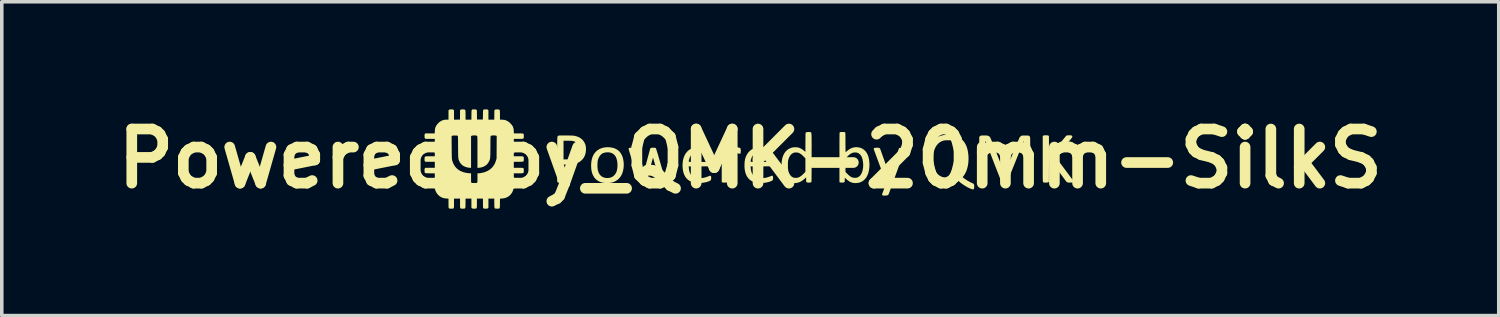
<source format=kicad_pcb>
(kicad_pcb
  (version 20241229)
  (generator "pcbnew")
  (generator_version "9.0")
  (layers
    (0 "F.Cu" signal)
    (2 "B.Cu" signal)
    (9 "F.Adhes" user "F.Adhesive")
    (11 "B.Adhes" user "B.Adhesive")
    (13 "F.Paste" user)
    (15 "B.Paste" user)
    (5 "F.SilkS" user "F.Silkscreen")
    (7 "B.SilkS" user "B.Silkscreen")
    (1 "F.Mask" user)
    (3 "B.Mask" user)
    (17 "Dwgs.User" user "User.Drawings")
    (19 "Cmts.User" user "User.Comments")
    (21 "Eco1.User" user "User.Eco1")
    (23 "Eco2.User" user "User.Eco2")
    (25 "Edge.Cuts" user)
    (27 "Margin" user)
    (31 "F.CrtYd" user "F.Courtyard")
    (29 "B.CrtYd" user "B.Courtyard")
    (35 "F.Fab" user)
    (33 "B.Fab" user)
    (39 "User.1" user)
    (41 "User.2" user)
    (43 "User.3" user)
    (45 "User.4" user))
  (footprint "Powered_by_QMK-20mm-SilkS"
    (layer "F.Cu")
    (at 18.078 1.418)
    (property "Reference" "Powered_by_QMK-20mm-SilkS" (at 0 0 0) (layer "F.SilkS") (effects (font (size 1.524 1.524) (thickness 0.3))))
    (attr board_only exclude_from_pos_files exclude_from_bom)
    (fp_poly (pts (xy -0.371 -0.321) (xy -0.322 -0.312) (xy -0.318 -0.311) (xy -0.299 -0.305) (xy -0.285 -0.297) (xy -0.276 -0.286) (xy -0.271 -0.271) (xy -0.269 -0.248) (xy -0.268 -0.221) (xy -0.269 -0.188) (xy -0.272 -0.163) (xy -0.277 -0.147) (xy -0.284 -0.139) (xy -0.287 -0.137) (xy -0.295 -0.137) (xy -0.309 -0.14) (xy -0.329 -0.145) (xy -0.336 -0.147) (xy -0.381 -0.158) (xy -0.421 -0.16) (xy -0.455 -0.154) (xy -0.473 -0.147) (xy -0.493 -0.133) (xy -0.518 -0.113) (xy -0.543 -0.087) (xy -0.569 -0.057) (xy -0.594 -0.025) (xy -0.605 -0.009) (xy -0.634 0.036) (xy -0.634 0.34) (xy -0.634 0.411) (xy -0.635 0.473) (xy -0.635 0.527) (xy -0.636 0.571) (xy -0.636 0.607) (xy -0.637 0.633) (xy -0.638 0.649) (xy -0.639 0.655) (xy -0.648 0.663) (xy -0.661 0.669) (xy -0.664 0.67) (xy -0.679 0.673) (xy -0.701 0.674) (xy -0.725 0.675) (xy -0.748 0.674) (xy -0.766 0.673) (xy -0.771 0.672) (xy -0.784 0.668) (xy -0.793 0.664) (xy -0.804 0.658) (xy -0.804 -0.294) (xy -0.793 -0.3) (xy -0.779 -0.304) (xy -0.757 -0.307) (xy -0.733 -0.309) (xy -0.708 -0.308) (xy -0.687 -0.306) (xy -0.674 -0.303) (xy -0.655 -0.295) (xy -0.652 -0.148) (xy -0.615 -0.195) (xy -0.576 -0.24) (xy -0.537 -0.274) (xy -0.498 -0.299) (xy -0.458 -0.315) (xy -0.416 -0.322)) (stroke (width 0) (type solid)) (fill yes) (layer "F.SilkS"))
    (fp_poly (pts (xy -3.958 -0.32) (xy -3.889 -0.31) (xy -3.827 -0.293) (xy -3.773 -0.268) (xy -3.725 -0.237) (xy -3.682 -0.198) (xy -3.669 -0.182) (xy -3.636 -0.135) (xy -3.609 -0.08) (xy -3.588 -0.02) (xy -3.574 0.044) (xy -3.565 0.111) (xy -3.563 0.18) (xy -3.567 0.248) (xy -3.577 0.315) (xy -3.593 0.379) (xy -3.616 0.439) (xy -3.645 0.494) (xy -3.658 0.512) (xy -3.698 0.56) (xy -3.745 0.601) (xy -3.799 0.635) (xy -3.856 0.661) (xy -3.916 0.677) (xy -3.959 0.683) (xy -3.99 0.686) (xy -4.014 0.687) (xy -4.033 0.688) (xy -4.051 0.688) (xy -4.069 0.687) (xy -4.089 0.686) (xy -4.141 0.679) (xy -4.188 0.669) (xy -4.232 0.653) (xy -4.257 0.642) (xy -4.31 0.611) (xy -4.356 0.573) (xy -4.395 0.527) (xy -4.426 0.474) (xy -4.451 0.414) (xy -4.469 0.347) (xy -4.479 0.272) (xy -4.482 0.193) (xy -4.482 0.185) (xy -4.304 0.185) (xy -4.303 0.227) (xy -4.301 0.265) (xy -4.297 0.299) (xy -4.293 0.322) (xy -4.276 0.378) (xy -4.253 0.426) (xy -4.223 0.467) (xy -4.187 0.499) (xy -4.145 0.522) (xy -4.097 0.538) (xy -4.079 0.541) (xy -4.042 0.545) (xy -4.008 0.545) (xy -3.971 0.54) (xy -3.964 0.539) (xy -3.916 0.526) (xy -3.872 0.503) (xy -3.834 0.472) (xy -3.802 0.434) (xy -3.776 0.389) (xy -3.757 0.337) (xy -3.756 0.333) (xy -3.746 0.277) (xy -3.74 0.218) (xy -3.74 0.157) (xy -3.745 0.097) (xy -3.755 0.04) (xy -3.77 -0.011) (xy -3.785 -0.048) (xy -3.812 -0.089) (xy -3.845 -0.123) (xy -3.885 -0.15) (xy -3.93 -0.168) (xy -3.948 -0.173) (xy -3.994 -0.179) (xy -4.041 -0.179) (xy -4.087 -0.173) (xy -4.13 -0.162) (xy -4.166 -0.146) (xy -4.166 -0.146) (xy -4.201 -0.12) (xy -4.232 -0.085) (xy -4.259 -0.043) (xy -4.281 0.005) (xy -4.293 0.046) (xy -4.298 0.072) (xy -4.301 0.106) (xy -4.303 0.144) (xy -4.304 0.185) (xy -4.482 0.185) (xy -4.478 0.112) (xy -4.467 0.036) (xy -4.448 -0.033) (xy -4.422 -0.095) (xy -4.388 -0.15) (xy -4.347 -0.198) (xy -4.299 -0.239) (xy -4.244 -0.272) (xy -4.231 -0.279) (xy -4.169 -0.302) (xy -4.102 -0.317) (xy -4.031 -0.323)) (stroke (width 0) (type solid)) (fill yes) (layer "F.SilkS"))
    (fp_poly (pts (xy 8.359 -0.657) (xy 8.38 -0.654) (xy 8.395 -0.649) (xy 8.396 -0.648) (xy 8.41 -0.639) (xy 8.411 -0.341) (xy 8.413 -0.044) (xy 8.65 -0.342) (xy 8.692 -0.395) (xy 8.732 -0.444) (xy 8.768 -0.49) (xy 8.802 -0.531) (xy 8.831 -0.566) (xy 8.856 -0.596) (xy 8.876 -0.62) (xy 8.891 -0.637) (xy 8.9 -0.647) (xy 8.902 -0.649) (xy 8.916 -0.653) (xy 8.937 -0.656) (xy 8.963 -0.658) (xy 8.99 -0.658) (xy 9.016 -0.657) (xy 9.038 -0.654) (xy 9.053 -0.65) (xy 9.056 -0.648) (xy 9.067 -0.636) (xy 9.069 -0.62) (xy 9.063 -0.6) (xy 9.055 -0.588) (xy 9.049 -0.58) (xy 9.038 -0.565) (xy 9.02 -0.543) (xy 8.998 -0.516) (xy 8.972 -0.484) (xy 8.942 -0.447) (xy 8.909 -0.407) (xy 8.873 -0.365) (xy 8.836 -0.32) (xy 8.821 -0.302) (xy 8.775 -0.247) (xy 8.733 -0.197) (xy 8.698 -0.154) (xy 8.667 -0.116) (xy 8.643 -0.086) (xy 8.624 -0.062) (xy 8.612 -0.045) (xy 8.606 -0.036) (xy 8.605 -0.034) (xy 8.615 -0.021) (xy 8.63 -0.002) (xy 8.649 0.024) (xy 8.672 0.054) (xy 8.699 0.09) (xy 8.728 0.128) (xy 8.759 0.17) (xy 8.792 0.213) (xy 8.825 0.258) (xy 8.859 0.303) (xy 8.892 0.348) (xy 8.925 0.392) (xy 8.956 0.433) (xy 8.985 0.472) (xy 9.011 0.507) (xy 9.034 0.538) (xy 9.053 0.563) (xy 9.067 0.583) (xy 9.076 0.596) (xy 9.08 0.601) (xy 9.092 0.623) (xy 9.096 0.641) (xy 9.092 0.655) (xy 9.079 0.664) (xy 9.056 0.671) (xy 9.025 0.674) (xy 9.022 0.674) (xy 8.988 0.675) (xy 8.957 0.672) (xy 8.932 0.667) (xy 8.914 0.66) (xy 8.91 0.657) (xy 8.905 0.652) (xy 8.895 0.639) (xy 8.88 0.619) (xy 8.86 0.592) (xy 8.836 0.56) (xy 8.809 0.523) (xy 8.778 0.481) (xy 8.744 0.436) (xy 8.708 0.387) (xy 8.67 0.336) (xy 8.657 0.317) (xy 8.413 -0.015) (xy 8.411 0.32) (xy 8.41 0.655) (xy 8.397 0.663) (xy 8.385 0.667) (xy 8.366 0.671) (xy 8.342 0.673) (xy 8.317 0.674) (xy 8.293 0.674) (xy 8.274 0.672) (xy 8.267 0.671) (xy 8.262 0.67) (xy 8.258 0.669) (xy 8.254 0.669) (xy 8.251 0.667) (xy 8.248 0.665) (xy 8.245 0.66) (xy 8.243 0.654) (xy 8.241 0.644) (xy 8.24 0.631) (xy 8.238 0.615) (xy 8.237 0.594) (xy 8.236 0.568) (xy 8.236 0.536) (xy 8.235 0.499) (xy 8.235 0.455) (xy 8.235 0.404) (xy 8.235 0.345) (xy 8.235 0.279) (xy 8.235 0.203) (xy 8.235 0.119) (xy 8.235 0.025) (xy 8.235 0.007) (xy 8.235 -0.639) (xy 8.249 -0.648) (xy 8.262 -0.653) (xy 8.282 -0.656) (xy 8.307 -0.658) (xy 8.334 -0.658)) (stroke (width 0) (type solid)) (fill yes) (layer "F.SilkS"))
    (fp_poly (pts (xy -1.4 -0.318) (xy -1.343 -0.309) (xy -1.292 -0.292) (xy -1.245 -0.268) (xy -1.202 -0.237) (xy -1.178 -0.214) (xy -1.143 -0.174) (xy -1.114 -0.13) (xy -1.093 -0.081) (xy -1.077 -0.027) (xy -1.067 0.034) (xy -1.064 0.089) (xy -1.063 0.124) (xy -1.063 0.15) (xy -1.065 0.17) (xy -1.069 0.184) (xy -1.076 0.195) (xy -1.085 0.203) (xy -1.09 0.206) (xy -1.094 0.208) (xy -1.099 0.21) (xy -1.104 0.212) (xy -1.112 0.213) (xy -1.123 0.214) (xy -1.137 0.215) (xy -1.156 0.215) (xy -1.181 0.216) (xy -1.212 0.216) (xy -1.249 0.216) (xy -1.295 0.217) (xy -1.349 0.217) (xy -1.412 0.217) (xy -1.734 0.217) (xy -1.731 0.26) (xy -1.724 0.319) (xy -1.712 0.369) (xy -1.695 0.412) (xy -1.673 0.449) (xy -1.65 0.475) (xy -1.62 0.501) (xy -1.586 0.521) (xy -1.547 0.535) (xy -1.503 0.544) (xy -1.451 0.548) (xy -1.428 0.548) (xy -1.392 0.548) (xy -1.358 0.545) (xy -1.326 0.541) (xy -1.294 0.534) (xy -1.259 0.525) (xy -1.219 0.512) (xy -1.172 0.495) (xy -1.156 0.489) (xy -1.124 0.477) (xy -1.113 0.489) (xy -1.107 0.496) (xy -1.103 0.505) (xy -1.101 0.519) (xy -1.101 0.54) (xy -1.102 0.569) (xy -1.106 0.59) (xy -1.113 0.605) (xy -1.127 0.617) (xy -1.146 0.628) (xy -1.148 0.63) (xy -1.193 0.647) (xy -1.245 0.662) (xy -1.303 0.674) (xy -1.364 0.682) (xy -1.425 0.686) (xy -1.485 0.686) (xy -1.508 0.685) (xy -1.578 0.676) (xy -1.642 0.658) (xy -1.699 0.632) (xy -1.749 0.599) (xy -1.793 0.558) (xy -1.83 0.51) (xy -1.859 0.454) (xy -1.882 0.391) (xy -1.898 0.321) (xy -1.906 0.244) (xy -1.908 0.191) (xy -1.904 0.11) (xy -1.899 0.075) (xy -1.733 0.075) (xy -1.73 0.081) (xy -1.725 0.085) (xy -1.715 0.089) (xy -1.699 0.091) (xy -1.679 0.092) (xy -1.651 0.093) (xy -1.616 0.093) (xy -1.573 0.093) (xy -1.521 0.093) (xy -1.482 0.093) (xy -1.232 0.093) (xy -1.232 0.067) (xy -1.236 0.021) (xy -1.247 -0.024) (xy -1.263 -0.067) (xy -1.284 -0.104) (xy -1.302 -0.125) (xy -1.333 -0.151) (xy -1.371 -0.171) (xy -1.414 -0.183) (xy -1.459 -0.189) (xy -1.504 -0.188) (xy -1.549 -0.179) (xy -1.586 -0.165) (xy -1.624 -0.141) (xy -1.657 -0.109) (xy -1.686 -0.069) (xy -1.708 -0.025) (xy -1.723 0.025) (xy -1.725 0.032) (xy -1.728 0.046) (xy -1.731 0.058) (xy -1.733 0.067) (xy -1.733 0.075) (xy -1.899 0.075) (xy -1.893 0.035) (xy -1.874 -0.034) (xy -1.848 -0.096) (xy -1.815 -0.152) (xy -1.776 -0.2) (xy -1.73 -0.241) (xy -1.677 -0.274) (xy -1.619 -0.299) (xy -1.58 -0.31) (xy -1.556 -0.315) (xy -1.531 -0.319) (xy -1.504 -0.321) (xy -1.47 -0.321) (xy -1.464 -0.321)) (stroke (width 0) (type solid)) (fill yes) (layer "F.SilkS"))
    (fp_poly (pts (xy 0.343 -0.318) (xy 0.4 -0.309) (xy 0.451 -0.292) (xy 0.498 -0.268) (xy 0.54 -0.237) (xy 0.565 -0.214) (xy 0.601 -0.173) (xy 0.63 -0.128) (xy 0.651 -0.078) (xy 0.667 -0.022) (xy 0.676 0.041) (xy 0.679 0.085) (xy 0.68 0.122) (xy 0.68 0.15) (xy 0.677 0.17) (xy 0.672 0.185) (xy 0.665 0.196) (xy 0.655 0.205) (xy 0.653 0.206) (xy 0.649 0.208) (xy 0.645 0.21) (xy 0.639 0.212) (xy 0.631 0.213) (xy 0.621 0.214) (xy 0.607 0.215) (xy 0.588 0.215) (xy 0.564 0.216) (xy 0.534 0.216) (xy 0.497 0.216) (xy 0.452 0.216) (xy 0.398 0.217) (xy 0.336 0.217) (xy 0.009 0.217) (xy 0.012 0.26) (xy 0.019 0.319) (xy 0.031 0.369) (xy 0.048 0.412) (xy 0.07 0.449) (xy 0.092 0.475) (xy 0.123 0.501) (xy 0.157 0.521) (xy 0.196 0.535) (xy 0.24 0.544) (xy 0.292 0.548) (xy 0.315 0.548) (xy 0.351 0.548) (xy 0.384 0.545) (xy 0.416 0.541) (xy 0.449 0.534) (xy 0.484 0.525) (xy 0.524 0.512) (xy 0.571 0.495) (xy 0.586 0.489) (xy 0.619 0.477) (xy 0.63 0.488) (xy 0.636 0.496) (xy 0.639 0.505) (xy 0.641 0.52) (xy 0.642 0.54) (xy 0.641 0.569) (xy 0.637 0.59) (xy 0.63 0.605) (xy 0.617 0.617) (xy 0.597 0.628) (xy 0.595 0.63) (xy 0.55 0.647) (xy 0.497 0.662) (xy 0.44 0.674) (xy 0.379 0.682) (xy 0.317 0.686) (xy 0.258 0.686) (xy 0.235 0.685) (xy 0.164 0.676) (xy 0.101 0.658) (xy 0.044 0.633) (xy -0.006 0.6) (xy -0.05 0.559) (xy -0.087 0.511) (xy -0.116 0.456) (xy -0.139 0.393) (xy -0.154 0.323) (xy -0.163 0.247) (xy -0.163 0.163) (xy -0.163 0.16) (xy -0.16 0.106) (xy -0.157 0.075) (xy 0.01 0.075) (xy 0.012 0.081) (xy 0.018 0.085) (xy 0.028 0.089) (xy 0.043 0.091) (xy 0.064 0.092) (xy 0.092 0.093) (xy 0.126 0.093) (xy 0.169 0.093) (xy 0.221 0.093) (xy 0.26 0.093) (xy 0.51 0.093) (xy 0.51 0.067) (xy 0.507 0.021) (xy 0.496 -0.024) (xy 0.48 -0.067) (xy 0.458 -0.104) (xy 0.44 -0.126) (xy 0.407 -0.152) (xy 0.368 -0.172) (xy 0.325 -0.184) (xy 0.279 -0.189) (xy 0.233 -0.187) (xy 0.188 -0.177) (xy 0.156 -0.164) (xy 0.118 -0.141) (xy 0.085 -0.109) (xy 0.057 -0.069) (xy 0.035 -0.024) (xy 0.02 0.025) (xy 0.018 0.032) (xy 0.015 0.046) (xy 0.012 0.058) (xy 0.01 0.067) (xy 0.01 0.075) (xy -0.157 0.075) (xy -0.155 0.06) (xy -0.147 0.018) (xy -0.136 -0.021) (xy -0.127 -0.049) (xy -0.098 -0.111) (xy -0.063 -0.165) (xy -0.02 -0.212) (xy 0.028 -0.251) (xy 0.083 -0.282) (xy 0.144 -0.305) (xy 0.162 -0.31) (xy 0.187 -0.315) (xy 0.212 -0.319) (xy 0.239 -0.321) (xy 0.273 -0.321) (xy 0.278 -0.321)) (stroke (width 0) (type solid)) (fill yes) (layer "F.SilkS"))
    (fp_poly (pts (xy -5.281 -0.654) (xy -5.242 -0.654) (xy -5.194 -0.654) (xy -5.179 -0.653) (xy -5.127 -0.653) (xy -5.085 -0.652) (xy -5.051 -0.651) (xy -5.023 -0.65) (xy -5.001 -0.649) (xy -4.982 -0.648) (xy -4.966 -0.646) (xy -4.952 -0.644) (xy -4.938 -0.641) (xy -4.933 -0.64) (xy -4.873 -0.623) (xy -4.82 -0.601) (xy -4.774 -0.573) (xy -4.733 -0.538) (xy -4.721 -0.526) (xy -4.691 -0.488) (xy -4.665 -0.444) (xy -4.645 -0.398) (xy -4.638 -0.374) (xy -4.629 -0.323) (xy -4.626 -0.268) (xy -4.629 -0.211) (xy -4.638 -0.155) (xy -4.651 -0.11) (xy -4.669 -0.065) (xy -4.691 -0.025) (xy -4.72 0.012) (xy -4.733 0.027) (xy -4.774 0.066) (xy -4.819 0.097) (xy -4.869 0.123) (xy -4.926 0.143) (xy -4.945 0.148) (xy -4.961 0.152) (xy -4.976 0.156) (xy -4.991 0.158) (xy -5.009 0.16) (xy -5.03 0.161) (xy -5.057 0.162) (xy -5.092 0.163) (xy -5.127 0.164) (xy -5.259 0.166) (xy -5.259 0.405) (xy -5.259 0.463) (xy -5.259 0.511) (xy -5.26 0.551) (xy -5.26 0.584) (xy -5.261 0.609) (xy -5.263 0.629) (xy -5.265 0.643) (xy -5.268 0.653) (xy -5.272 0.66) (xy -5.277 0.664) (xy -5.284 0.667) (xy -5.291 0.669) (xy -5.298 0.67) (xy -5.32 0.673) (xy -5.346 0.675) (xy -5.374 0.674) (xy -5.399 0.672) (xy -5.41 0.669) (xy -5.424 0.664) (xy -5.434 0.656) (xy -5.435 0.655) (xy -5.436 0.648) (xy -5.437 0.631) (xy -5.437 0.604) (xy -5.438 0.567) (xy -5.438 0.52) (xy -5.439 0.463) (xy -5.439 0.397) (xy -5.439 0.321) (xy -5.439 0.236) (xy -5.439 0.142) (xy -5.439 0.039) (xy -5.439 0.021) (xy -5.259 0.021) (xy -5.16 0.02) (xy -5.118 0.02) (xy -5.081 0.019) (xy -5.049 0.016) (xy -5.025 0.014) (xy -5.021 0.013) (xy -4.973 -0.000408) (xy -4.929 -0.023) (xy -4.891 -0.052) (xy -4.859 -0.089) (xy -4.835 -0.132) (xy -4.823 -0.166) (xy -4.814 -0.219) (xy -4.812 -0.269) (xy -4.819 -0.318) (xy -4.833 -0.363) (xy -4.854 -0.403) (xy -4.881 -0.437) (xy -4.915 -0.465) (xy -4.936 -0.477) (xy -4.956 -0.485) (xy -4.975 -0.492) (xy -4.995 -0.497) (xy -5.018 -0.501) (xy -5.045 -0.503) (xy -5.079 -0.505) (xy -5.12 -0.505) (xy -5.147 -0.505) (xy -5.259 -0.505) (xy -5.259 0.021) (xy -5.439 0.021) (xy -5.439 0.017) (xy -5.439 -0.078) (xy -5.438 -0.164) (xy -5.438 -0.24) (xy -5.438 -0.308) (xy -5.438 -0.368) (xy -5.437 -0.419) (xy -5.437 -0.464) (xy -5.436 -0.502) (xy -5.436 -0.535) (xy -5.434 -0.561) (xy -5.433 -0.583) (xy -5.431 -0.6) (xy -5.429 -0.614) (xy -5.427 -0.624) (xy -5.424 -0.631) (xy -5.421 -0.637) (xy -5.417 -0.64) (xy -5.413 -0.642) (xy -5.409 -0.644) (xy -5.403 -0.645) (xy -5.397 -0.647) (xy -5.396 -0.647) (xy -5.389 -0.65) (xy -5.381 -0.651) (xy -5.371 -0.653) (xy -5.356 -0.654) (xy -5.337 -0.654) (xy -5.313 -0.654)) (stroke (width 0) (type solid)) (fill yes) (layer "F.SilkS"))
    (fp_poly (pts (xy 4.281 -0.309) (xy 4.306 -0.307) (xy 4.326 -0.304) (xy 4.331 -0.303) (xy 4.336 -0.301) (xy 4.34 -0.299) (xy 4.344 -0.297) (xy 4.346 -0.293) (xy 4.348 -0.288) (xy 4.348 -0.281) (xy 4.348 -0.272) (xy 4.345 -0.259) (xy 4.341 -0.243) (xy 4.336 -0.223) (xy 4.328 -0.198) (xy 4.318 -0.168) (xy 4.306 -0.133) (xy 4.292 -0.092) (xy 4.275 -0.044) (xy 4.256 0.01) (xy 4.234 0.072) (xy 4.208 0.142) (xy 4.18 0.221) (xy 4.149 0.308) (xy 4.127 0.369) (xy 4.099 0.445) (xy 4.072 0.52) (xy 4.046 0.591) (xy 4.022 0.658) (xy 3.999 0.722) (xy 3.977 0.78) (xy 3.958 0.833) (xy 3.941 0.88) (xy 3.927 0.92) (xy 3.915 0.953) (xy 3.905 0.978) (xy 3.899 0.994) (xy 3.896 1.002) (xy 3.896 1.002) (xy 3.885 1.019) (xy 3.869 1.03) (xy 3.853 1.034) (xy 3.83 1.037) (xy 3.803 1.039) (xy 3.776 1.04) (xy 3.752 1.039) (xy 3.735 1.036) (xy 3.734 1.036) (xy 3.726 1.033) (xy 3.719 1.03) (xy 3.714 1.025) (xy 3.712 1.018) (xy 3.713 1.007) (xy 3.716 0.993) (xy 3.722 0.973) (xy 3.731 0.947) (xy 3.744 0.914) (xy 3.76 0.872) (xy 3.774 0.838) (xy 3.841 0.669) (xy 3.828 0.658) (xy 3.825 0.653) (xy 3.82 0.643) (xy 3.813 0.627) (xy 3.803 0.604) (xy 3.792 0.575) (xy 3.777 0.539) (xy 3.76 0.495) (xy 3.741 0.443) (xy 3.718 0.383) (xy 3.692 0.314) (xy 3.663 0.237) (xy 3.648 0.196) (xy 3.623 0.13) (xy 3.6 0.067) (xy 3.578 0.008) (xy 3.557 -0.048) (xy 3.538 -0.1) (xy 3.522 -0.145) (xy 3.507 -0.185) (xy 3.495 -0.219) (xy 3.486 -0.244) (xy 3.48 -0.262) (xy 3.477 -0.271) (xy 3.477 -0.271) (xy 3.477 -0.285) (xy 3.483 -0.295) (xy 3.497 -0.301) (xy 3.518 -0.306) (xy 3.549 -0.308) (xy 3.555 -0.308) (xy 3.59 -0.309) (xy 3.616 -0.306) (xy 3.635 -0.3) (xy 3.648 -0.291) (xy 3.656 -0.28) (xy 3.659 -0.272) (xy 3.665 -0.256) (xy 3.674 -0.232) (xy 3.685 -0.2) (xy 3.699 -0.161) (xy 3.715 -0.117) (xy 3.733 -0.068) (xy 3.751 -0.015) (xy 3.772 0.041) (xy 3.792 0.1) (xy 3.813 0.159) (xy 3.833 0.214) (xy 3.852 0.266) (xy 3.869 0.314) (xy 3.884 0.356) (xy 3.897 0.393) (xy 3.908 0.422) (xy 3.917 0.445) (xy 3.922 0.459) (xy 3.924 0.464) (xy 3.924 0.464) (xy 3.927 0.459) (xy 3.932 0.445) (xy 3.94 0.423) (xy 3.95 0.394) (xy 3.963 0.358) (xy 3.978 0.315) (xy 3.994 0.268) (xy 4.012 0.216) (xy 4.031 0.16) (xy 4.051 0.101) (xy 4.053 0.097) (xy 4.073 0.037) (xy 4.092 -0.019) (xy 4.111 -0.073) (xy 4.128 -0.122) (xy 4.143 -0.166) (xy 4.156 -0.205) (xy 4.168 -0.236) (xy 4.176 -0.261) (xy 4.182 -0.277) (xy 4.185 -0.285) (xy 4.185 -0.285) (xy 4.197 -0.298) (xy 4.211 -0.304) (xy 4.23 -0.307) (xy 4.254 -0.309)) (stroke (width 0) (type solid)) (fill yes) (layer "F.SilkS"))
    (fp_poly (pts (xy 2.622 -0.75) (xy 2.642 -0.749) (xy 2.655 -0.748) (xy 2.663 -0.745) (xy 2.669 -0.742) (xy 2.669 -0.741) (xy 2.672 -0.738) (xy 2.673 -0.735) (xy 2.675 -0.729) (xy 2.676 -0.72) (xy 2.677 -0.707) (xy 2.678 -0.689) (xy 2.678 -0.666) (xy 2.679 -0.637) (xy 2.679 -0.6) (xy 2.68 -0.556) (xy 2.68 -0.502) (xy 2.68 -0.456) (xy 2.68 -0.404) (xy 2.681 -0.355) (xy 2.681 -0.31) (xy 2.682 -0.27) (xy 2.682 -0.237) (xy 2.683 -0.21) (xy 2.684 -0.191) (xy 2.684 -0.182) (xy 2.685 -0.18) (xy 2.69 -0.184) (xy 2.7 -0.193) (xy 2.714 -0.205) (xy 2.72 -0.211) (xy 2.752 -0.237) (xy 2.788 -0.263) (xy 2.825 -0.285) (xy 2.86 -0.301) (xy 2.864 -0.302) (xy 2.917 -0.317) (xy 2.973 -0.323) (xy 3.029 -0.321) (xy 3.084 -0.311) (xy 3.134 -0.293) (xy 3.172 -0.272) (xy 3.218 -0.236) (xy 3.258 -0.193) (xy 3.291 -0.141) (xy 3.31 -0.1) (xy 3.33 -0.041) (xy 3.344 0.025) (xy 3.352 0.095) (xy 3.356 0.167) (xy 3.353 0.24) (xy 3.345 0.311) (xy 3.331 0.379) (xy 3.323 0.408) (xy 3.298 0.472) (xy 3.267 0.528) (xy 3.23 0.576) (xy 3.187 0.615) (xy 3.138 0.647) (xy 3.084 0.67) (xy 3.026 0.683) (xy 2.963 0.688) (xy 2.916 0.685) (xy 2.868 0.676) (xy 2.82 0.658) (xy 2.772 0.63) (xy 2.723 0.593) (xy 2.7 0.572) (xy 2.661 0.535) (xy 2.661 0.592) (xy 2.66 0.622) (xy 2.658 0.643) (xy 2.653 0.656) (xy 2.645 0.665) (xy 2.632 0.67) (xy 2.617 0.673) (xy 2.595 0.675) (xy 2.57 0.674) (xy 2.547 0.672) (xy 2.529 0.668) (xy 2.522 0.666) (xy 2.511 0.66) (xy 2.511 0.376) (xy 2.681 0.376) (xy 2.732 0.426) (xy 2.771 0.464) (xy 2.807 0.493) (xy 2.84 0.515) (xy 2.873 0.529) (xy 2.906 0.537) (xy 2.941 0.54) (xy 2.955 0.54) (xy 2.984 0.537) (xy 3.007 0.533) (xy 3.028 0.525) (xy 3.029 0.524) (xy 3.065 0.502) (xy 3.097 0.471) (xy 3.124 0.431) (xy 3.146 0.384) (xy 3.163 0.329) (xy 3.174 0.267) (xy 3.177 0.248) (xy 3.18 0.193) (xy 3.178 0.135) (xy 3.172 0.078) (xy 3.162 0.024) (xy 3.147 -0.025) (xy 3.135 -0.055) (xy 3.116 -0.087) (xy 3.092 -0.117) (xy 3.064 -0.142) (xy 3.038 -0.158) (xy 3.006 -0.17) (xy 2.968 -0.175) (xy 2.929 -0.174) (xy 2.892 -0.168) (xy 2.882 -0.165) (xy 2.845 -0.149) (xy 2.808 -0.126) (xy 2.769 -0.094) (xy 2.731 -0.056) (xy 2.681 -0.004) (xy 2.681 0.376) (xy 2.511 0.376) (xy 2.511 -0.038) (xy 2.511 -0.137) (xy 2.511 -0.227) (xy 2.511 -0.307) (xy 2.511 -0.379) (xy 2.511 -0.442) (xy 2.512 -0.497) (xy 2.512 -0.545) (xy 2.512 -0.587) (xy 2.512 -0.622) (xy 2.513 -0.651) (xy 2.513 -0.675) (xy 2.514 -0.695) (xy 2.514 -0.71) (xy 2.515 -0.722) (xy 2.516 -0.731) (xy 2.517 -0.737) (xy 2.518 -0.74) (xy 2.519 -0.743) (xy 2.52 -0.743) (xy 2.527 -0.746) (xy 2.54 -0.749) (xy 2.562 -0.75) (xy 2.592 -0.75) (xy 2.594 -0.75)) (stroke (width 0) (type solid)) (fill yes) (layer "F.SilkS"))
    (fp_poly (pts (xy 1.672 -0.749) (xy 1.675 -0.749) (xy 1.682 -0.748) (xy 1.689 -0.748) (xy 1.695 -0.747) (xy 1.7 -0.747) (xy 1.705 -0.745) (xy 1.709 -0.742) (xy 1.713 -0.737) (xy 1.716 -0.73) (xy 1.719 -0.719) (xy 1.721 -0.706) (xy 1.723 -0.688) (xy 1.724 -0.665) (xy 1.725 -0.638) (xy 1.726 -0.605) (xy 1.727 -0.566) (xy 1.727 -0.521) (xy 1.727 -0.468) (xy 1.728 -0.408) (xy 1.728 -0.34) (xy 1.727 -0.264) (xy 1.727 -0.178) (xy 1.727 -0.083) (xy 1.727 -0.038) (xy 1.727 0.075) (xy 1.727 0.177) (xy 1.727 0.27) (xy 1.727 0.353) (xy 1.726 0.426) (xy 1.726 0.489) (xy 1.725 0.542) (xy 1.725 0.585) (xy 1.724 0.617) (xy 1.723 0.64) (xy 1.723 0.653) (xy 1.722 0.655) (xy 1.712 0.664) (xy 1.694 0.671) (xy 1.672 0.674) (xy 1.647 0.675) (xy 1.623 0.674) (xy 1.601 0.669) (xy 1.585 0.662) (xy 1.578 0.655) (xy 1.576 0.646) (xy 1.574 0.629) (xy 1.573 0.607) (xy 1.573 0.585) (xy 1.573 0.525) (xy 1.535 0.561) (xy 1.483 0.605) (xy 1.432 0.639) (xy 1.379 0.664) (xy 1.325 0.68) (xy 1.268 0.687) (xy 1.207 0.686) (xy 1.206 0.685) (xy 1.149 0.675) (xy 1.096 0.656) (xy 1.048 0.628) (xy 1.004 0.591) (xy 0.967 0.545) (xy 0.945 0.51) (xy 0.923 0.464) (xy 0.906 0.41) (xy 0.893 0.35) (xy 0.884 0.286) (xy 0.88 0.219) (xy 0.88 0.183) (xy 1.06 0.183) (xy 1.06 0.222) (xy 1.06 0.252) (xy 1.061 0.276) (xy 1.063 0.295) (xy 1.065 0.311) (xy 1.068 0.327) (xy 1.071 0.341) (xy 1.088 0.396) (xy 1.111 0.442) (xy 1.138 0.48) (xy 1.17 0.509) (xy 1.206 0.529) (xy 1.219 0.534) (xy 1.246 0.539) (xy 1.279 0.541) (xy 1.313 0.539) (xy 1.345 0.533) (xy 1.352 0.531) (xy 1.389 0.515) (xy 1.428 0.49) (xy 1.469 0.455) (xy 1.505 0.42) (xy 1.552 0.37) (xy 1.552 -0.01) (xy 1.499 -0.064) (xy 1.46 -0.101) (xy 1.425 -0.13) (xy 1.391 -0.151) (xy 1.359 -0.165) (xy 1.325 -0.173) (xy 1.289 -0.175) (xy 1.278 -0.174) (xy 1.253 -0.172) (xy 1.233 -0.169) (xy 1.215 -0.163) (xy 1.2 -0.156) (xy 1.164 -0.132) (xy 1.132 -0.099) (xy 1.105 -0.058) (xy 1.083 -0.008) (xy 1.072 0.028) (xy 1.068 0.043) (xy 1.065 0.058) (xy 1.063 0.073) (xy 1.061 0.092) (xy 1.061 0.116) (xy 1.06 0.147) (xy 1.06 0.183) (xy 0.88 0.183) (xy 0.88 0.152) (xy 0.885 0.085) (xy 0.895 0.021) (xy 0.909 -0.038) (xy 0.911 -0.044) (xy 0.936 -0.107) (xy 0.966 -0.162) (xy 1.004 -0.21) (xy 1.047 -0.25) (xy 1.095 -0.281) (xy 1.15 -0.304) (xy 1.169 -0.31) (xy 1.211 -0.318) (xy 1.258 -0.322) (xy 1.305 -0.32) (xy 1.348 -0.315) (xy 1.374 -0.308) (xy 1.413 -0.291) (xy 1.455 -0.268) (xy 1.497 -0.238) (xy 1.522 -0.217) (xy 1.552 -0.19) (xy 1.553 -0.458) (xy 1.554 -0.519) (xy 1.554 -0.569) (xy 1.554 -0.611) (xy 1.555 -0.645) (xy 1.555 -0.673) (xy 1.556 -0.694) (xy 1.557 -0.709) (xy 1.558 -0.72) (xy 1.56 -0.728) (xy 1.561 -0.732) (xy 1.563 -0.735) (xy 1.575 -0.742) (xy 1.595 -0.747) (xy 1.62 -0.75) (xy 1.646 -0.751)) (stroke (width 0) (type solid)) (fill yes) (layer "F.SilkS"))
    (fp_poly (pts (xy 5.661 -0.668) (xy 5.732 -0.656) (xy 5.798 -0.636) (xy 5.84 -0.619) (xy 5.901 -0.585) (xy 5.956 -0.543) (xy 6.004 -0.494) (xy 6.044 -0.438) (xy 6.078 -0.374) (xy 6.105 -0.302) (xy 6.125 -0.223) (xy 6.138 -0.136) (xy 6.145 -0.052) (xy 6.145 0.044) (xy 6.138 0.135) (xy 6.123 0.22) (xy 6.102 0.299) (xy 6.075 0.372) (xy 6.04 0.438) (xy 6.012 0.48) (xy 5.98 0.522) (xy 5.992 0.532) (xy 6.04 0.568) (xy 6.091 0.603) (xy 6.143 0.634) (xy 6.192 0.661) (xy 6.234 0.681) (xy 6.262 0.693) (xy 6.281 0.704) (xy 6.294 0.716) (xy 6.302 0.731) (xy 6.305 0.751) (xy 6.306 0.778) (xy 6.306 0.787) (xy 6.304 0.82) (xy 6.299 0.844) (xy 6.29 0.859) (xy 6.283 0.863) (xy 6.277 0.865) (xy 6.272 0.866) (xy 6.265 0.864) (xy 6.252 0.861) (xy 6.239 0.858) (xy 6.204 0.846) (xy 6.163 0.828) (xy 6.118 0.806) (xy 6.071 0.779) (xy 6.022 0.749) (xy 5.975 0.717) (xy 5.93 0.685) (xy 5.89 0.652) (xy 5.877 0.641) (xy 5.846 0.614) (xy 5.817 0.629) (xy 5.779 0.645) (xy 5.735 0.661) (xy 5.688 0.673) (xy 5.666 0.678) (xy 5.638 0.682) (xy 5.603 0.684) (xy 5.564 0.686) (xy 5.523 0.686) (xy 5.483 0.685) (xy 5.446 0.683) (xy 5.425 0.681) (xy 5.35 0.666) (xy 5.281 0.643) (xy 5.219 0.612) (xy 5.164 0.573) (xy 5.114 0.526) (xy 5.072 0.472) (xy 5.039 0.415) (xy 5.016 0.361) (xy 4.997 0.3) (xy 4.982 0.231) (xy 4.971 0.159) (xy 4.965 0.083) (xy 4.963 0.007) (xy 4.963 0.005) (xy 5.154 0.005) (xy 5.155 0.07) (xy 5.157 0.127) (xy 5.163 0.176) (xy 5.17 0.221) (xy 5.181 0.262) (xy 5.194 0.301) (xy 5.212 0.341) (xy 5.214 0.345) (xy 5.228 0.372) (xy 5.241 0.394) (xy 5.256 0.413) (xy 5.274 0.433) (xy 5.277 0.435) (xy 5.321 0.472) (xy 5.371 0.501) (xy 5.426 0.521) (xy 5.487 0.532) (xy 5.554 0.535) (xy 5.612 0.531) (xy 5.67 0.52) (xy 5.721 0.503) (xy 5.768 0.477) (xy 5.812 0.442) (xy 5.827 0.428) (xy 5.86 0.39) (xy 5.888 0.347) (xy 5.911 0.298) (xy 5.929 0.243) (xy 5.943 0.179) (xy 5.953 0.108) (xy 5.956 0.077) (xy 5.959 0.017) (xy 5.958 -0.046) (xy 5.953 -0.109) (xy 5.945 -0.17) (xy 5.934 -0.226) (xy 5.92 -0.274) (xy 5.92 -0.275) (xy 5.895 -0.333) (xy 5.863 -0.385) (xy 5.824 -0.428) (xy 5.779 -0.464) (xy 5.727 -0.492) (xy 5.677 -0.509) (xy 5.653 -0.514) (xy 5.622 -0.517) (xy 5.586 -0.518) (xy 5.548 -0.518) (xy 5.511 -0.517) (xy 5.477 -0.515) (xy 5.45 -0.511) (xy 5.44 -0.509) (xy 5.384 -0.488) (xy 5.333 -0.458) (xy 5.288 -0.421) (xy 5.249 -0.375) (xy 5.216 -0.322) (xy 5.19 -0.262) (xy 5.188 -0.255) (xy 5.177 -0.221) (xy 5.169 -0.189) (xy 5.163 -0.157) (xy 5.158 -0.122) (xy 5.156 -0.084) (xy 5.154 -0.039) (xy 5.154 0.005) (xy 4.963 0.005) (xy 4.966 -0.069) (xy 4.973 -0.144) (xy 4.978 -0.175) (xy 4.997 -0.258) (xy 5.024 -0.334) (xy 5.057 -0.403) (xy 5.097 -0.464) (xy 5.144 -0.518) (xy 5.198 -0.564) (xy 5.258 -0.602) (xy 5.324 -0.632) (xy 5.397 -0.654) (xy 5.435 -0.662) (xy 5.51 -0.671) (xy 5.586 -0.673)) (stroke (width 0) (type solid)) (fill yes) (layer "F.SilkS"))
    (fp_poly (pts (xy 6.598 -0.654) (xy 6.629 -0.653) (xy 6.652 -0.652) (xy 6.669 -0.651) (xy 6.682 -0.649) (xy 6.693 -0.645) (xy 6.704 -0.64) (xy 6.71 -0.638) (xy 6.734 -0.623) (xy 6.751 -0.607) (xy 6.754 -0.604) (xy 6.758 -0.596) (xy 6.765 -0.58) (xy 6.775 -0.555) (xy 6.789 -0.523) (xy 6.805 -0.484) (xy 6.823 -0.438) (xy 6.844 -0.387) (xy 6.867 -0.331) (xy 6.891 -0.271) (xy 6.916 -0.207) (xy 6.943 -0.141) (xy 6.963 -0.088) (xy 6.99 -0.02) (xy 7.016 0.045) (xy 7.041 0.107) (xy 7.064 0.165) (xy 7.085 0.218) (xy 7.104 0.266) (xy 7.121 0.308) (xy 7.135 0.344) (xy 7.147 0.372) (xy 7.155 0.392) (xy 7.16 0.404) (xy 7.162 0.407) (xy 7.164 0.403) (xy 7.17 0.389) (xy 7.18 0.367) (xy 7.192 0.338) (xy 7.208 0.301) (xy 7.226 0.258) (xy 7.246 0.21) (xy 7.269 0.156) (xy 7.293 0.097) (xy 7.319 0.035) (xy 7.346 -0.031) (xy 7.369 -0.086) (xy 7.397 -0.154) (xy 7.424 -0.22) (xy 7.45 -0.283) (xy 7.475 -0.342) (xy 7.498 -0.397) (xy 7.519 -0.447) (xy 7.538 -0.491) (xy 7.554 -0.529) (xy 7.567 -0.559) (xy 7.577 -0.582) (xy 7.584 -0.597) (xy 7.587 -0.602) (xy 7.601 -0.618) (xy 7.618 -0.633) (xy 7.625 -0.638) (xy 7.634 -0.643) (xy 7.642 -0.647) (xy 7.651 -0.649) (xy 7.663 -0.651) (xy 7.679 -0.652) (xy 7.702 -0.652) (xy 7.732 -0.652) (xy 7.743 -0.652) (xy 7.78 -0.652) (xy 7.808 -0.651) (xy 7.829 -0.649) (xy 7.845 -0.645) (xy 7.856 -0.64) (xy 7.864 -0.631) (xy 7.871 -0.62) (xy 7.875 -0.613) (xy 7.876 -0.61) (xy 7.878 -0.606) (xy 7.879 -0.6) (xy 7.88 -0.592) (xy 7.88 -0.582) (xy 7.881 -0.568) (xy 7.882 -0.55) (xy 7.882 -0.528) (xy 7.883 -0.502) (xy 7.883 -0.469) (xy 7.883 -0.431) (xy 7.884 -0.386) (xy 7.884 -0.334) (xy 7.884 -0.274) (xy 7.884 -0.206) (xy 7.884 -0.129) (xy 7.884 -0.043) (xy 7.884 0.025) (xy 7.884 0.125) (xy 7.884 0.217) (xy 7.884 0.301) (xy 7.883 0.377) (xy 7.883 0.444) (xy 7.883 0.502) (xy 7.882 0.552) (xy 7.881 0.592) (xy 7.881 0.622) (xy 7.88 0.643) (xy 7.879 0.653) (xy 7.879 0.655) (xy 7.87 0.662) (xy 7.853 0.668) (xy 7.83 0.672) (xy 7.805 0.675) (xy 7.779 0.675) (xy 7.754 0.673) (xy 7.734 0.668) (xy 7.722 0.663) (xy 7.709 0.655) (xy 7.708 0.073) (xy 7.708 -0.016) (xy 7.708 -0.096) (xy 7.708 -0.167) (xy 7.708 -0.229) (xy 7.708 -0.283) (xy 7.708 -0.329) (xy 7.707 -0.369) (xy 7.707 -0.401) (xy 7.707 -0.428) (xy 7.706 -0.449) (xy 7.706 -0.465) (xy 7.705 -0.477) (xy 7.704 -0.486) (xy 7.703 -0.49) (xy 7.702 -0.492) (xy 7.701 -0.492) (xy 7.7 -0.491) (xy 7.698 -0.488) (xy 7.698 -0.487) (xy 7.695 -0.48) (xy 7.688 -0.464) (xy 7.678 -0.439) (xy 7.665 -0.406) (xy 7.649 -0.367) (xy 7.63 -0.321) (xy 7.609 -0.269) (xy 7.586 -0.212) (xy 7.562 -0.151) (xy 7.535 -0.085) (xy 7.507 -0.016) (xy 7.478 0.056) (xy 7.463 0.095) (xy 7.425 0.188) (xy 7.391 0.273) (xy 7.36 0.348) (xy 7.333 0.415) (xy 7.31 0.473) (xy 7.289 0.522) (xy 7.271 0.564) (xy 7.257 0.598) (xy 7.245 0.625) (xy 7.236 0.644) (xy 7.23 0.657) (xy 7.227 0.663) (xy 7.226 0.663) (xy 7.21 0.67) (xy 7.188 0.674) (xy 7.162 0.675) (xy 7.135 0.674) (xy 7.111 0.671) (xy 7.09 0.666) (xy 7.078 0.658) (xy 7.074 0.652) (xy 7.067 0.636) (xy 7.057 0.612) (xy 7.044 0.579) (xy 7.027 0.538) (xy 7.008 0.49) (xy 6.986 0.434) (xy 6.962 0.372) (xy 6.935 0.304) (xy 6.906 0.229) (xy 6.875 0.15) (xy 6.845 0.071) (xy 6.623 -0.505) (xy 6.622 0.075) (xy 6.621 0.655) (xy 6.607 0.663) (xy 6.596 0.667) (xy 6.577 0.671) (xy 6.553 0.673) (xy 6.528 0.674) (xy 6.504 0.674) (xy 6.484 0.672) (xy 6.478 0.671) (xy 6.473 0.67) (xy 6.469 0.669) (xy 6.465 0.669) (xy 6.461 0.667) (xy 6.458 0.664) (xy 6.456 0.66) (xy 6.454 0.653) (xy 6.452 0.644) (xy 6.45 0.631) (xy 6.449 0.614) (xy 6.448 0.593) (xy 6.447 0.566) (xy 6.447 0.535) (xy 6.446 0.497) (xy 6.446 0.452) (xy 6.446 0.401) (xy 6.446 0.342) (xy 6.446 0.274) (xy 6.446 0.198) (xy 6.446 0.113) (xy 6.447 0.02) (xy 6.448 -0.613) (xy 6.463 -0.629) (xy 6.474 -0.638) (xy 6.485 -0.645) (xy 6.5 -0.65) (xy 6.519 -0.653) (xy 6.544 -0.654) (xy 6.578 -0.654)) (stroke (width 0) (type solid)) (fill yes) (layer "F.SilkS"))
    (fp_poly (pts (xy -2.084 -0.308) (xy -2.06 -0.304) (xy -2.046 -0.296) (xy -2.038 -0.284) (xy -2.038 -0.267) (xy -2.042 -0.251) (xy -2.046 -0.235) (xy -2.053 -0.212) (xy -2.063 -0.181) (xy -2.074 -0.144) (xy -2.088 -0.101) (xy -2.102 -0.054) (xy -2.118 -0.003) (xy -2.135 0.052) (xy -2.152 0.108) (xy -2.17 0.166) (xy -2.188 0.224) (xy -2.206 0.282) (xy -2.224 0.338) (xy -2.241 0.392) (xy -2.257 0.443) (xy -2.272 0.491) (xy -2.285 0.534) (xy -2.297 0.571) (xy -2.307 0.601) (xy -2.314 0.625) (xy -2.319 0.64) (xy -2.321 0.647) (xy -2.321 0.647) (xy -2.329 0.657) (xy -2.341 0.665) (xy -2.36 0.67) (xy -2.388 0.673) (xy -2.401 0.674) (xy -2.444 0.675) (xy -2.48 0.673) (xy -2.507 0.669) (xy -2.526 0.661) (xy -2.53 0.658) (xy -2.532 0.655) (xy -2.536 0.649) (xy -2.54 0.64) (xy -2.545 0.626) (xy -2.551 0.609) (xy -2.559 0.586) (xy -2.567 0.557) (xy -2.578 0.521) (xy -2.591 0.478) (xy -2.606 0.427) (xy -2.623 0.367) (xy -2.64 0.31) (xy -2.656 0.253) (xy -2.672 0.199) (xy -2.687 0.149) (xy -2.7 0.104) (xy -2.712 0.064) (xy -2.722 0.03) (xy -2.729 0.003) (xy -2.735 -0.016) (xy -2.738 -0.027) (xy -2.739 -0.028) (xy -2.741 -0.024) (xy -2.745 -0.01) (xy -2.751 0.012) (xy -2.759 0.042) (xy -2.769 0.078) (xy -2.78 0.12) (xy -2.793 0.168) (xy -2.807 0.219) (xy -2.822 0.275) (xy -2.83 0.306) (xy -2.846 0.363) (xy -2.86 0.417) (xy -2.874 0.468) (xy -2.887 0.514) (xy -2.898 0.555) (xy -2.908 0.59) (xy -2.915 0.618) (xy -2.921 0.637) (xy -2.925 0.649) (xy -2.926 0.651) (xy -2.934 0.659) (xy -2.944 0.666) (xy -2.955 0.668) (xy -2.973 0.671) (xy -2.997 0.672) (xy -3.024 0.673) (xy -3.051 0.674) (xy -3.076 0.673) (xy -3.096 0.672) (xy -3.106 0.671) (xy -3.122 0.665) (xy -3.135 0.658) (xy -3.136 0.656) (xy -3.139 0.65) (xy -3.144 0.635) (xy -3.152 0.611) (xy -3.163 0.581) (xy -3.175 0.543) (xy -3.189 0.5) (xy -3.204 0.453) (xy -3.221 0.401) (xy -3.238 0.346) (xy -3.256 0.289) (xy -3.274 0.231) (xy -3.292 0.172) (xy -3.311 0.113) (xy -3.328 0.055) (xy -3.345 -0.000169) (xy -3.361 -0.053) (xy -3.376 -0.102) (xy -3.39 -0.147) (xy -3.401 -0.186) (xy -3.411 -0.219) (xy -3.418 -0.245) (xy -3.423 -0.263) (xy -3.425 -0.272) (xy -3.425 -0.272) (xy -3.424 -0.286) (xy -3.419 -0.296) (xy -3.409 -0.302) (xy -3.392 -0.306) (xy -3.367 -0.308) (xy -3.355 -0.308) (xy -3.316 -0.309) (xy -3.286 -0.305) (xy -3.266 -0.299) (xy -3.254 -0.289) (xy -3.253 -0.287) (xy -3.251 -0.281) (xy -3.246 -0.265) (xy -3.239 -0.241) (xy -3.229 -0.209) (xy -3.218 -0.171) (xy -3.205 -0.126) (xy -3.19 -0.077) (xy -3.174 -0.023) (xy -3.158 0.035) (xy -3.14 0.095) (xy -3.138 0.103) (xy -3.12 0.163) (xy -3.103 0.22) (xy -3.087 0.274) (xy -3.073 0.323) (xy -3.06 0.367) (xy -3.049 0.405) (xy -3.04 0.436) (xy -3.032 0.46) (xy -3.028 0.476) (xy -3.026 0.482) (xy -3.026 0.482) (xy -3.024 0.478) (xy -3.02 0.464) (xy -3.014 0.442) (xy -3.006 0.412) (xy -2.996 0.375) (xy -2.984 0.332) (xy -2.971 0.284) (xy -2.957 0.231) (xy -2.941 0.174) (xy -2.925 0.114) (xy -2.924 0.109) (xy -2.908 0.048) (xy -2.892 -0.01) (xy -2.878 -0.064) (xy -2.864 -0.114) (xy -2.852 -0.16) (xy -2.841 -0.199) (xy -2.832 -0.232) (xy -2.825 -0.257) (xy -2.82 -0.274) (xy -2.818 -0.282) (xy -2.818 -0.282) (xy -2.809 -0.294) (xy -2.795 -0.302) (xy -2.774 -0.307) (xy -2.744 -0.309) (xy -2.719 -0.308) (xy -2.695 -0.307) (xy -2.679 -0.305) (xy -2.668 -0.302) (xy -2.661 -0.297) (xy -2.66 -0.296) (xy -2.657 -0.29) (xy -2.652 -0.277) (xy -2.645 -0.257) (xy -2.636 -0.229) (xy -2.625 -0.193) (xy -2.611 -0.148) (xy -2.595 -0.095) (xy -2.577 -0.032) (xy -2.556 0.04) (xy -2.542 0.088) (xy -2.525 0.148) (xy -2.508 0.206) (xy -2.492 0.259) (xy -2.478 0.309) (xy -2.465 0.353) (xy -2.454 0.392) (xy -2.444 0.424) (xy -2.437 0.448) (xy -2.432 0.464) (xy -2.43 0.471) (xy -2.43 0.471) (xy -2.428 0.469) (xy -2.424 0.459) (xy -2.417 0.44) (xy -2.408 0.412) (xy -2.397 0.376) (xy -2.383 0.33) (xy -2.367 0.276) (xy -2.348 0.211) (xy -2.327 0.137) (xy -2.318 0.107) (xy -2.301 0.047) (xy -2.284 -0.011) (xy -2.268 -0.065) (xy -2.254 -0.115) (xy -2.241 -0.16) (xy -2.229 -0.199) (xy -2.219 -0.232) (xy -2.212 -0.257) (xy -2.207 -0.274) (xy -2.204 -0.282) (xy -2.204 -0.282) (xy -2.197 -0.293) (xy -2.184 -0.301) (xy -2.165 -0.307) (xy -2.138 -0.309) (xy -2.116 -0.309)) (stroke (width 0) (type solid)) (fill yes) (layer "F.SilkS"))
    (fp_poly (pts (xy -7.45 -1.387) (xy -7.426 -1.387) (xy -7.41 -1.386) (xy -7.4 -1.384) (xy -7.393 -1.38) (xy -7.386 -1.374) (xy -7.374 -1.362) (xy -7.374 -1.098) (xy -7.209 -1.098) (xy -7.208 -1.23) (xy -7.206 -1.362) (xy -7.191 -1.375) (xy -7.183 -1.381) (xy -7.174 -1.384) (xy -7.162 -1.386) (xy -7.143 -1.387) (xy -7.131 -1.387) (xy -7.102 -1.386) (xy -7.081 -1.383) (xy -7.066 -1.377) (xy -7.057 -1.368) (xy -7.054 -1.363) (xy -7.052 -1.353) (xy -7.051 -1.333) (xy -7.05 -1.304) (xy -7.049 -1.266) (xy -7.049 -1.225) (xy -7.049 -1.1) (xy -6.986 -1.097) (xy -6.955 -1.095) (xy -6.931 -1.093) (xy -6.912 -1.089) (xy -6.893 -1.084) (xy -6.888 -1.082) (xy -6.836 -1.058) (xy -6.79 -1.027) (xy -6.763 -1.003) (xy -6.726 -0.96) (xy -6.698 -0.914) (xy -6.678 -0.862) (xy -6.666 -0.805) (xy -6.663 -0.77) (xy -6.66 -0.712) (xy -6.531 -0.712) (xy -6.487 -0.712) (xy -6.453 -0.711) (xy -6.426 -0.71) (xy -6.407 -0.708) (xy -6.394 -0.703) (xy -6.385 -0.696) (xy -6.381 -0.686) (xy -6.379 -0.672) (xy -6.378 -0.654) (xy -6.378 -0.633) (xy -6.378 -0.611) (xy -6.379 -0.594) (xy -6.381 -0.581) (xy -6.386 -0.572) (xy -6.395 -0.565) (xy -6.409 -0.561) (xy -6.429 -0.558) (xy -6.456 -0.557) (xy -6.491 -0.557) (xy -6.534 -0.557) (xy -6.662 -0.557) (xy -6.662 -0.392) (xy -6.53 -0.391) (xy -6.486 -0.39) (xy -6.452 -0.39) (xy -6.426 -0.388) (xy -6.407 -0.386) (xy -6.394 -0.381) (xy -6.385 -0.375) (xy -6.381 -0.365) (xy -6.379 -0.352) (xy -6.378 -0.334) (xy -6.378 -0.314) (xy -6.379 -0.291) (xy -6.38 -0.271) (xy -6.382 -0.257) (xy -6.383 -0.253) (xy -6.388 -0.247) (xy -6.395 -0.242) (xy -6.407 -0.238) (xy -6.423 -0.235) (xy -6.445 -0.234) (xy -6.475 -0.233) (xy -6.513 -0.232) (xy -6.542 -0.232) (xy -6.662 -0.232) (xy -6.662 -0.067) (xy -6.534 -0.067) (xy -6.49 -0.067) (xy -6.455 -0.067) (xy -6.428 -0.066) (xy -6.408 -0.063) (xy -6.395 -0.059) (xy -6.386 -0.052) (xy -6.381 -0.042) (xy -6.379 -0.029) (xy -6.378 -0.011) (xy -6.378 0.01) (xy -6.378 0.032) (xy -6.379 0.05) (xy -6.381 0.063) (xy -6.386 0.073) (xy -6.394 0.08) (xy -6.408 0.084) (xy -6.428 0.086) (xy -6.454 0.087) (xy -6.489 0.088) (xy -6.532 0.088) (xy -6.662 0.088) (xy -6.662 0.258) (xy -6.531 0.258) (xy -6.488 0.258) (xy -6.453 0.258) (xy -6.427 0.259) (xy -6.407 0.261) (xy -6.394 0.266) (xy -6.385 0.272) (xy -6.381 0.282) (xy -6.379 0.295) (xy -6.378 0.313) (xy -6.378 0.335) (xy -6.378 0.335) (xy -6.378 0.357) (xy -6.379 0.374) (xy -6.381 0.388) (xy -6.386 0.398) (xy -6.395 0.404) (xy -6.409 0.409) (xy -6.429 0.411) (xy -6.455 0.412) (xy -6.491 0.413) (xy -6.534 0.413) (xy -6.662 0.413) (xy -6.662 0.577) (xy -6.53 0.579) (xy -6.486 0.579) (xy -6.452 0.58) (xy -6.426 0.581) (xy -6.407 0.584) (xy -6.394 0.588) (xy -6.385 0.595) (xy -6.381 0.605) (xy -6.379 0.618) (xy -6.378 0.635) (xy -6.378 0.656) (xy -6.379 0.679) (xy -6.38 0.698) (xy -6.382 0.712) (xy -6.383 0.717) (xy -6.388 0.723) (xy -6.396 0.728) (xy -6.407 0.731) (xy -6.423 0.734) (xy -6.446 0.736) (xy -6.475 0.737) (xy -6.514 0.737) (xy -6.541 0.737) (xy -6.66 0.737) (xy -6.663 0.793) (xy -6.67 0.85) (xy -6.684 0.902) (xy -6.705 0.949) (xy -6.718 0.97) (xy -6.754 1.017) (xy -6.797 1.055) (xy -6.845 1.085) (xy -6.898 1.106) (xy -6.958 1.119) (xy -6.993 1.122) (xy -7.048 1.126) (xy -7.05 1.257) (xy -7.05 1.3) (xy -7.051 1.334) (xy -7.052 1.36) (xy -7.055 1.38) (xy -7.059 1.393) (xy -7.066 1.401) (xy -7.076 1.405) (xy -7.089 1.407) (xy -7.107 1.408) (xy -7.127 1.408) (xy -7.15 1.407) (xy -7.17 1.406) (xy -7.183 1.404) (xy -7.188 1.403) (xy -7.194 1.398) (xy -7.199 1.391) (xy -7.202 1.379) (xy -7.205 1.363) (xy -7.207 1.341) (xy -7.208 1.311) (xy -7.208 1.273) (xy -7.209 1.244) (xy -7.209 1.124) (xy -7.374 1.124) (xy -7.374 1.382) (xy -7.386 1.395) (xy -7.393 1.401) (xy -7.4 1.404) (xy -7.41 1.406) (xy -7.425 1.407) (xy -7.448 1.408) (xy -7.452 1.408) (xy -7.474 1.408) (xy -7.491 1.407) (xy -7.504 1.405) (xy -7.514 1.4) (xy -7.52 1.391) (xy -7.525 1.378) (xy -7.527 1.358) (xy -7.528 1.331) (xy -7.528 1.296) (xy -7.528 1.254) (xy -7.528 1.124) (xy -7.698 1.124) (xy -7.698 1.255) (xy -7.698 1.298) (xy -7.699 1.333) (xy -7.7 1.359) (xy -7.702 1.379) (xy -7.707 1.392) (xy -7.713 1.401) (xy -7.723 1.405) (xy -7.737 1.407) (xy -7.754 1.408) (xy -7.775 1.408) (xy -7.799 1.407) (xy -7.815 1.407) (xy -7.826 1.405) (xy -7.833 1.401) (xy -7.84 1.396) (xy -7.84 1.395) (xy -7.853 1.382) (xy -7.853 1.124) (xy -8.018 1.124) (xy -8.019 1.256) (xy -8.02 1.3) (xy -8.02 1.334) (xy -8.021 1.36) (xy -8.024 1.379) (xy -8.029 1.392) (xy -8.036 1.401) (xy -8.046 1.405) (xy -8.059 1.407) (xy -8.077 1.408) (xy -8.099 1.408) (xy -8.12 1.408) (xy -8.137 1.407) (xy -8.149 1.405) (xy -8.159 1.401) (xy -8.165 1.392) (xy -8.169 1.379) (xy -8.172 1.36) (xy -8.173 1.334) (xy -8.173 1.299) (xy -8.173 1.256) (xy -8.173 1.124) (xy -8.343 1.124) (xy -8.343 1.252) (xy -8.343 1.296) (xy -8.343 1.331) (xy -8.344 1.358) (xy -8.347 1.378) (xy -8.351 1.391) (xy -8.358 1.4) (xy -8.368 1.405) (xy -8.381 1.407) (xy -8.399 1.408) (xy -8.42 1.408) (xy -8.445 1.408) (xy -8.461 1.407) (xy -8.472 1.405) (xy -8.479 1.402) (xy -8.485 1.397) (xy -8.486 1.396) (xy -8.49 1.392) (xy -8.493 1.387) (xy -8.494 1.38) (xy -8.496 1.37) (xy -8.497 1.356) (xy -8.497 1.336) (xy -8.498 1.308) (xy -8.498 1.272) (xy -8.498 1.255) (xy -8.498 1.126) (xy -8.553 1.122) (xy -8.598 1.118) (xy -8.636 1.111) (xy -8.671 1.1) (xy -8.704 1.085) (xy -8.753 1.054) (xy -8.795 1.015) (xy -8.831 0.97) (xy -8.858 0.921) (xy -8.876 0.867) (xy -8.877 0.865) (xy -8.88 0.844) (xy -8.883 0.818) (xy -8.884 0.791) (xy -8.884 0.785) (xy -8.884 0.738) (xy -9.148 0.735) (xy -9.161 0.72) (xy -9.167 0.712) (xy -9.17 0.704) (xy -9.172 0.692) (xy -9.173 0.674) (xy -9.173 0.657) (xy -9.173 0.634) (xy -9.172 0.619) (xy -9.169 0.608) (xy -9.165 0.6) (xy -9.161 0.595) (xy -9.148 0.58) (xy -8.884 0.577) (xy -8.884 0.413) (xy -9.01 0.413) (xy -9.056 0.412) (xy -9.094 0.412) (xy -9.122 0.41) (xy -9.141 0.409) (xy -9.149 0.407) (xy -9.16 0.4) (xy -9.167 0.388) (xy -9.171 0.37) (xy -9.173 0.345) (xy -9.173 0.33) (xy -9.173 0.307) (xy -9.172 0.292) (xy -9.169 0.282) (xy -9.165 0.275) (xy -9.16 0.27) (xy -9.148 0.258) (xy -8.884 0.258) (xy -8.884 0.088) (xy -9.148 0.088) (xy -9.161 0.075) (xy -9.167 0.068) (xy -9.17 0.062) (xy -9.172 0.053) (xy -9.173 0.039) (xy -9.173 0.018) (xy -9.172 0.007) (xy -9.172 -0.014) (xy -9.171 -0.031) (xy -9.168 -0.043) (xy -9.163 -0.053) (xy -9.154 -0.059) (xy -9.141 -0.063) (xy -9.121 -0.066) (xy -9.095 -0.067) (xy -9.06 -0.067) (xy -9.017 -0.067) (xy -9.015 -0.067) (xy -8.884 -0.067) (xy -8.884 -0.232) (xy -9.016 -0.233) (xy -9.148 -0.235) (xy -9.161 -0.249) (xy -9.167 -0.257) (xy -9.17 -0.265) (xy -9.172 -0.277) (xy -9.173 -0.295) (xy -9.173 -0.312) (xy -9.173 -0.335) (xy -9.172 -0.351) (xy -9.169 -0.361) (xy -9.165 -0.369) (xy -9.161 -0.375) (xy -9.148 -0.389) (xy -8.884 -0.392) (xy -8.884 -0.557) (xy -9.013 -0.557) (xy -9.049 -0.557) (xy -9.081 -0.557) (xy -9.109 -0.558) (xy -9.131 -0.559) (xy -9.145 -0.559) (xy -9.15 -0.56) (xy -9.161 -0.569) (xy -9.168 -0.585) (xy -9.172 -0.611) (xy -9.173 -0.634) (xy -8.411 -0.634) (xy -8.409 -0.318) (xy -8.408 -0.253) (xy -8.408 -0.197) (xy -8.407 -0.15) (xy -8.407 -0.11) (xy -8.406 -0.077) (xy -8.405 -0.051) (xy -8.405 -0.029) (xy -8.404 -0.011) (xy -8.402 0.003) (xy -8.401 0.015) (xy -8.399 0.025) (xy -8.397 0.035) (xy -8.396 0.042) (xy -8.374 0.111) (xy -8.345 0.173) (xy -8.308 0.228) (xy -8.264 0.276) (xy -8.213 0.317) (xy -8.154 0.351) (xy -8.087 0.378) (xy -8.048 0.389) (xy -8.014 0.397) (xy -7.976 0.403) (xy -7.939 0.409) (xy -7.906 0.412) (xy -7.885 0.412) (xy -7.863 0.413) (xy -7.863 0.541) (xy -7.863 0.584) (xy -7.863 0.618) (xy -7.862 0.643) (xy -7.859 0.662) (xy -7.854 0.675) (xy -7.846 0.683) (xy -7.835 0.688) (xy -7.82 0.69) (xy -7.8 0.69) (xy -7.778 0.69) (xy -7.755 0.69) (xy -7.733 0.689) (xy -7.716 0.686) (xy -7.713 0.686) (xy -7.699 0.68) (xy -7.689 0.672) (xy -7.688 0.67) (xy -7.686 0.662) (xy -7.685 0.645) (xy -7.684 0.619) (xy -7.683 0.587) (xy -7.683 0.549) (xy -7.683 0.537) (xy -7.683 0.413) (xy -7.662 0.413) (xy -7.647 0.412) (xy -7.626 0.41) (xy -7.602 0.407) (xy -7.586 0.404) (xy -7.51 0.389) (xy -7.44 0.365) (xy -7.377 0.334) (xy -7.32 0.296) (xy -7.274 0.253) (xy -7.236 0.208) (xy -7.205 0.16) (xy -7.18 0.108) (xy -7.16 0.048) (xy -7.158 0.041) (xy -7.144 -0.008) (xy -7.141 -0.64) (xy -7.16 -0.648) (xy -7.176 -0.652) (xy -7.198 -0.654) (xy -7.223 -0.655) (xy -7.249 -0.654) (xy -7.273 -0.652) (xy -7.292 -0.648) (xy -7.305 -0.644) (xy -7.306 -0.643) (xy -7.308 -0.64) (xy -7.31 -0.638) (xy -7.311 -0.633) (xy -7.313 -0.626) (xy -7.314 -0.617) (xy -7.315 -0.603) (xy -7.315 -0.585) (xy -7.316 -0.561) (xy -7.317 -0.53) (xy -7.317 -0.493) (xy -7.317 -0.448) (xy -7.318 -0.394) (xy -7.318 -0.333) (xy -7.319 -0.266) (xy -7.319 -0.209) (xy -7.32 -0.16) (xy -7.32 -0.119) (xy -7.322 -0.084) (xy -7.323 -0.055) (xy -7.325 -0.031) (xy -7.327 -0.01) (xy -7.33 0.007) (xy -7.334 0.022) (xy -7.339 0.036) (xy -7.344 0.05) (xy -7.351 0.065) (xy -7.359 0.081) (xy -7.359 0.082) (xy -7.386 0.127) (xy -7.422 0.167) (xy -7.464 0.2) (xy -7.513 0.226) (xy -7.567 0.245) (xy -7.625 0.255) (xy -7.64 0.256) (xy -7.683 0.259) (xy -7.683 -0.185) (xy -7.683 -0.263) (xy -7.683 -0.331) (xy -7.683 -0.39) (xy -7.683 -0.441) (xy -7.683 -0.484) (xy -7.684 -0.521) (xy -7.684 -0.55) (xy -7.684 -0.574) (xy -7.685 -0.593) (xy -7.686 -0.608) (xy -7.686 -0.619) (xy -7.688 -0.627) (xy -7.689 -0.632) (xy -7.69 -0.635) (xy -7.692 -0.638) (xy -7.693 -0.639) (xy -7.704 -0.647) (xy -7.719 -0.652) (xy -7.74 -0.654) (xy -7.769 -0.655) (xy -7.787 -0.654) (xy -7.815 -0.652) (xy -7.834 -0.649) (xy -7.847 -0.645) (xy -7.849 -0.643) (xy -7.863 -0.634) (xy -7.863 0.258) (xy -7.89 0.258) (xy -7.927 0.255) (xy -7.968 0.247) (xy -8.01 0.235) (xy -8.048 0.221) (xy -8.058 0.216) (xy -8.104 0.188) (xy -8.142 0.154) (xy -8.173 0.113) (xy -8.187 0.087) (xy -8.195 0.071) (xy -8.201 0.057) (xy -8.207 0.043) (xy -8.212 0.03) (xy -8.216 0.015) (xy -8.219 -0.001) (xy -8.221 -0.02) (xy -8.223 -0.043) (xy -8.225 -0.07) (xy -8.226 -0.103) (xy -8.227 -0.142) (xy -8.227 -0.188) (xy -8.228 -0.243) (xy -8.228 -0.307) (xy -8.228 -0.328) (xy -8.229 -0.392) (xy -8.229 -0.446) (xy -8.229 -0.492) (xy -8.23 -0.529) (xy -8.23 -0.56) (xy -8.231 -0.584) (xy -8.232 -0.602) (xy -8.232 -0.616) (xy -8.234 -0.626) (xy -8.235 -0.633) (xy -8.236 -0.637) (xy -8.238 -0.64) (xy -8.24 -0.643) (xy -8.241 -0.643) (xy -8.246 -0.647) (xy -8.254 -0.649) (xy -8.266 -0.651) (xy -8.285 -0.652) (xy -8.311 -0.652) (xy -8.317 -0.652) (xy -8.345 -0.652) (xy -8.365 -0.651) (xy -8.379 -0.649) (xy -8.389 -0.647) (xy -8.396 -0.643) (xy -8.411 -0.634) (xy -9.173 -0.634) (xy -9.173 -0.639) (xy -9.173 -0.662) (xy -9.172 -0.677) (xy -9.169 -0.687) (xy -9.165 -0.694) (xy -9.16 -0.699) (xy -9.148 -0.712) (xy -8.886 -0.712) (xy -8.883 -0.775) (xy -8.882 -0.806) (xy -8.879 -0.83) (xy -8.875 -0.851) (xy -8.869 -0.87) (xy -8.868 -0.876) (xy -8.844 -0.927) (xy -8.812 -0.973) (xy -8.773 -1.014) (xy -8.728 -1.049) (xy -8.679 -1.075) (xy -8.634 -1.09) (xy -8.611 -1.094) (xy -8.583 -1.097) (xy -8.553 -1.098) (xy -8.55 -1.098) (xy -8.498 -1.098) (xy -8.498 -1.362) (xy -8.485 -1.374) (xy -8.478 -1.38) (xy -8.471 -1.384) (xy -8.461 -1.386) (xy -8.445 -1.387) (xy -8.422 -1.387) (xy -8.42 -1.387) (xy -8.396 -1.387) (xy -8.38 -1.386) (xy -8.37 -1.384) (xy -8.362 -1.38) (xy -8.356 -1.375) (xy -8.356 -1.374) (xy -8.343 -1.362) (xy -8.343 -1.098) (xy -8.259 -1.099) (xy -8.175 -1.101) (xy -8.174 -1.233) (xy -8.173 -1.366) (xy -8.159 -1.376) (xy -8.151 -1.382) (xy -8.14 -1.385) (xy -8.125 -1.387) (xy -8.102 -1.387) (xy -8.1 -1.387) (xy -8.071 -1.386) (xy -8.05 -1.383) (xy -8.036 -1.377) (xy -8.027 -1.368) (xy -8.024 -1.363) (xy -8.022 -1.353) (xy -8.02 -1.333) (xy -8.019 -1.304) (xy -8.018 -1.265) (xy -8.018 -1.224) (xy -8.018 -1.098) (xy -7.854 -1.098) (xy -7.852 -1.233) (xy -7.852 -1.277) (xy -7.851 -1.311) (xy -7.85 -1.338) (xy -7.847 -1.358) (xy -7.843 -1.371) (xy -7.836 -1.38) (xy -7.827 -1.385) (xy -7.814 -1.387) (xy -7.798 -1.387) (xy -7.777 -1.387) (xy -7.776 -1.387) (xy -7.751 -1.387) (xy -7.735 -1.386) (xy -7.724 -1.383) (xy -7.715 -1.379) (xy -7.712 -1.376) (xy -7.699 -1.366) (xy -7.697 -1.233) (xy -7.696 -1.101) (xy -7.531 -1.101) (xy -7.528 -1.234) (xy -7.527 -1.278) (xy -7.527 -1.312) (xy -7.525 -1.339) (xy -7.522 -1.358) (xy -7.518 -1.371) (xy -7.511 -1.38) (xy -7.502 -1.385) (xy -7.488 -1.387) (xy -7.471 -1.387)) (stroke (width 0) (type solid)) (fill yes) (layer "F.SilkS")))
  (gr_rect
    (start -3 -3)
    (end 39.155 5.836)
    (stroke (width 0.1) (type default))
    (fill no)
    (layer "Edge.Cuts")))
</source>
